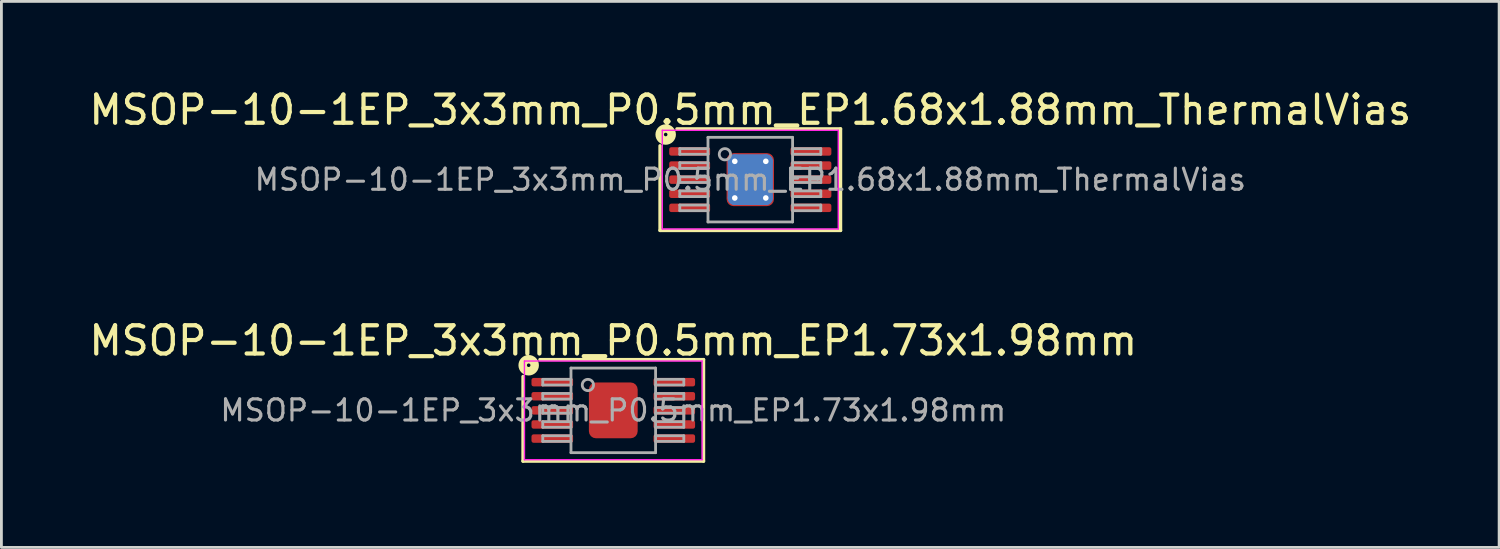
<source format=kicad_pcb>
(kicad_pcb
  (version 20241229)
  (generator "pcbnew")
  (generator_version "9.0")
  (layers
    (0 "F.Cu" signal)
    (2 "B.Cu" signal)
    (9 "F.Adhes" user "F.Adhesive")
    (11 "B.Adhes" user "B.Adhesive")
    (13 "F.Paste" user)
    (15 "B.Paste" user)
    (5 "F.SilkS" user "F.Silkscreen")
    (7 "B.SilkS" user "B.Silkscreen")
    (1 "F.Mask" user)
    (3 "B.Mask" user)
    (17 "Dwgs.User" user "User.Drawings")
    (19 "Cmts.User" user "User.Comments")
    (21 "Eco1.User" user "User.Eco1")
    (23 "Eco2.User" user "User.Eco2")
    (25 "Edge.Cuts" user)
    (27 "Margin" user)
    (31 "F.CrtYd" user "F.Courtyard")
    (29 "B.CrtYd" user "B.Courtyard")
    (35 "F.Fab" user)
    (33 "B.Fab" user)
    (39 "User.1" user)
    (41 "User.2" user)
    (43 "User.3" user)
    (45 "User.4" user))
  (footprint "MSOP-10-1EP_3x3mm_P0.5mm_EP1.73x1.98mm"
    (layer "F.Cu")
    (at 18.696 11.501)
    (property "Reference" "MSOP-10-1EP_3x3mm_P0.5mm_EP1.73x1.98mm" (at 0 -2.472 0) (layer "F.SilkS") (effects (font (size 1 1) (thickness 0.15))))
    (attr smd)
    (fp_line (start -3.2 1.8) (end -3.2 -1.2) (stroke (width 0.12) (type solid)) (layer "F.SilkS"))
    (fp_line (start -2.6 -1.8) (end 3.2 -1.8) (stroke (width 0.12) (type solid)) (layer "F.SilkS"))
    (fp_line (start 3.2 -1.8) (end 3.2 1.8) (stroke (width 0.12) (type solid)) (layer "F.SilkS"))
    (fp_line (start 3.2 1.8) (end -3.2 1.8) (stroke (width 0.12) (type solid)) (layer "F.SilkS"))
    (fp_circle (center -3 -1.6) (end -2.937 -1.6) (stroke (width 0.3) (type solid)) (fill no) (layer "F.SilkS"))
    (fp_line (start -3.15 -1.75) (end -3.15 1.75) (stroke (width 0.05) (type solid)) (layer "F.CrtYd"))
    (fp_line (start -3.15 1.75) (end 3.15 1.75) (stroke (width 0.05) (type solid)) (layer "F.CrtYd"))
    (fp_line (start 3.15 -1.75) (end -3.15 -1.75) (stroke (width 0.05) (type solid)) (layer "F.CrtYd"))
    (fp_line (start 3.15 1.75) (end 3.15 -1.75) (stroke (width 0.05) (type solid)) (layer "F.CrtYd"))
    (fp_line (start -2.5 -1.1) (end -2.5 -0.9) (stroke (width 0.1) (type solid)) (layer "F.Fab"))
    (fp_line (start -2.5 -1.1) (end -1.5 -1.1) (stroke (width 0.1) (type solid)) (layer "F.Fab"))
    (fp_line (start -2.5 -0.9) (end -1.5 -0.9) (stroke (width 0.1) (type solid)) (layer "F.Fab"))
    (fp_line (start -2.5 -0.6) (end -2.5 -0.4) (stroke (width 0.1) (type solid)) (layer "F.Fab"))
    (fp_line (start -2.5 -0.6) (end -1.5 -0.6) (stroke (width 0.1) (type solid)) (layer "F.Fab"))
    (fp_line (start -2.5 -0.4) (end -1.5 -0.4) (stroke (width 0.1) (type solid)) (layer "F.Fab"))
    (fp_line (start -2.5 -0.1) (end -2.5 0.1) (stroke (width 0.1) (type solid)) (layer "F.Fab"))
    (fp_line (start -2.5 -0.1) (end -1.5 -0.1) (stroke (width 0.1) (type solid)) (layer "F.Fab"))
    (fp_line (start -2.5 0.1) (end -1.5 0.1) (stroke (width 0.1) (type solid)) (layer "F.Fab"))
    (fp_line (start -2.5 0.4) (end -2.5 0.6) (stroke (width 0.1) (type solid)) (layer "F.Fab"))
    (fp_line (start -2.5 0.4) (end -1.5 0.4) (stroke (width 0.1) (type solid)) (layer "F.Fab"))
    (fp_line (start -2.5 0.6) (end -1.5 0.6) (stroke (width 0.1) (type solid)) (layer "F.Fab"))
    (fp_line (start -2.5 0.9) (end -2.5 1.1) (stroke (width 0.1) (type solid)) (layer "F.Fab"))
    (fp_line (start -2.5 0.9) (end -1.5 0.9) (stroke (width 0.1) (type solid)) (layer "F.Fab"))
    (fp_line (start -2.5 1.1) (end -1.5 1.1) (stroke (width 0.1) (type solid)) (layer "F.Fab"))
    (fp_line (start -1.5 -1.5) (end 1.5 -1.5) (stroke (width 0.1) (type solid)) (layer "F.Fab"))
    (fp_line (start -1.5 1.5) (end -1.5 -1.5) (stroke (width 0.1) (type solid)) (layer "F.Fab"))
    (fp_line (start 1.5 -1.5) (end 1.5 1.5) (stroke (width 0.1) (type solid)) (layer "F.Fab"))
    (fp_line (start 1.5 1.5) (end -1.5 1.5) (stroke (width 0.1) (type solid)) (layer "F.Fab"))
    (fp_line (start 2.5 -1.1) (end 1.5 -1.1) (stroke (width 0.1) (type solid)) (layer "F.Fab"))
    (fp_line (start 2.5 -0.9) (end 1.5 -0.9) (stroke (width 0.1) (type solid)) (layer "F.Fab"))
    (fp_line (start 2.5 -0.9) (end 2.5 -1.1) (stroke (width 0.1) (type solid)) (layer "F.Fab"))
    (fp_line (start 2.5 -0.6) (end 1.5 -0.6) (stroke (width 0.1) (type solid)) (layer "F.Fab"))
    (fp_line (start 2.5 -0.4) (end 1.5 -0.4) (stroke (width 0.1) (type solid)) (layer "F.Fab"))
    (fp_line (start 2.5 -0.4) (end 2.5 -0.6) (stroke (width 0.1) (type solid)) (layer "F.Fab"))
    (fp_line (start 2.5 -0.1) (end 1.5 -0.1) (stroke (width 0.1) (type solid)) (layer "F.Fab"))
    (fp_line (start 2.5 0.1) (end 1.5 0.1) (stroke (width 0.1) (type solid)) (layer "F.Fab"))
    (fp_line (start 2.5 0.1) (end 2.5 -0.1) (stroke (width 0.1) (type solid)) (layer "F.Fab"))
    (fp_line (start 2.5 0.4) (end 1.5 0.4) (stroke (width 0.1) (type solid)) (layer "F.Fab"))
    (fp_line (start 2.5 0.6) (end 1.5 0.6) (stroke (width 0.1) (type solid)) (layer "F.Fab"))
    (fp_line (start 2.5 0.6) (end 2.5 0.4) (stroke (width 0.1) (type solid)) (layer "F.Fab"))
    (fp_line (start 2.5 0.9) (end 1.5 0.9) (stroke (width 0.1) (type solid)) (layer "F.Fab"))
    (fp_line (start 2.5 1.1) (end 1.5 1.1) (stroke (width 0.1) (type solid)) (layer "F.Fab"))
    (fp_line (start 2.5 1.1) (end 2.5 0.9) (stroke (width 0.1) (type solid)) (layer "F.Fab"))
    (fp_circle (center -0.9 -0.9) (end -0.7 -0.9) (stroke (width 0.1) (type solid)) (fill no) (layer "F.Fab"))
    (fp_text user "${REFERENCE}" (at 0 0 0) (layer "F.Fab") (effects (font (size 0.75 0.75) (thickness 0.11))))
    (pad "" smd roundrect (at -0.43 -0.495) (size 0.7 0.8) (layers "F.Paste") (roundrect_rratio 0.25))
    (pad "" smd roundrect (at -0.43 0.495) (size 0.7 0.8) (layers "F.Paste") (roundrect_rratio 0.25))
    (pad "" smd roundrect (at 0.43 -0.495) (size 0.7 0.8) (layers "F.Paste") (roundrect_rratio 0.25))
    (pad "" smd roundrect (at 0.43 0.495) (size 0.7 0.8) (layers "F.Paste") (roundrect_rratio 0.25))
    (pad "1" smd roundrect (at -2.163 -1) (size 1.475 0.3) (layers "F.Cu" "F.Mask" "F.Paste") (roundrect_rratio 0.25))
    (pad "2" smd roundrect (at -2.163 -0.5) (size 1.475 0.3) (layers "F.Cu" "F.Mask" "F.Paste") (roundrect_rratio 0.25))
    (pad "3" smd roundrect (at -2.163 0) (size 1.475 0.3) (layers "F.Cu" "F.Mask" "F.Paste") (roundrect_rratio 0.25))
    (pad "4" smd roundrect (at -2.163 0.5) (size 1.475 0.3) (layers "F.Cu" "F.Mask" "F.Paste") (roundrect_rratio 0.25))
    (pad "5" smd roundrect (at -2.163 1) (size 1.475 0.3) (layers "F.Cu" "F.Mask" "F.Paste") (roundrect_rratio 0.25))
    (pad "6" smd roundrect (at 2.163 1) (size 1.475 0.3) (layers "F.Cu" "F.Mask" "F.Paste") (roundrect_rratio 0.25))
    (pad "7" smd roundrect (at 2.163 0.5) (size 1.475 0.3) (layers "F.Cu" "F.Mask" "F.Paste") (roundrect_rratio 0.25))
    (pad "8" smd roundrect (at 2.163 0) (size 1.475 0.3) (layers "F.Cu" "F.Mask" "F.Paste") (roundrect_rratio 0.25))
    (pad "9" smd roundrect (at 2.163 -0.5) (size 1.475 0.3) (layers "F.Cu" "F.Mask" "F.Paste") (roundrect_rratio 0.25))
    (pad "10" smd roundrect (at 2.163 -1) (size 1.475 0.3) (layers "F.Cu" "F.Mask" "F.Paste") (roundrect_rratio 0.25))
    (pad "11" smd roundrect (at 0 0) (size 1.73 1.98) (layers "F.Cu" "F.Mask") (roundrect_rratio 0.145)))
  (footprint "MSOP-10-1EP_3x3mm_P0.5mm_EP1.68x1.88mm_ThermalVias"
    (layer "F.Cu")
    (at 23.554 3.32)
    (property "Reference" "MSOP-10-1EP_3x3mm_P0.5mm_EP1.68x1.88mm_ThermalVias" (at 0 -2.472 0) (layer "F.SilkS") (effects (font (size 1 1) (thickness 0.15))))
    (attr smd)
    (fp_line (start -3.2 1.8) (end -3.2 -1.2) (stroke (width 0.12) (type solid)) (layer "F.SilkS"))
    (fp_line (start -2.6 -1.8) (end 3.2 -1.8) (stroke (width 0.12) (type solid)) (layer "F.SilkS"))
    (fp_line (start 3.2 -1.8) (end 3.2 1.8) (stroke (width 0.12) (type solid)) (layer "F.SilkS"))
    (fp_line (start 3.2 1.8) (end -3.2 1.8) (stroke (width 0.12) (type solid)) (layer "F.SilkS"))
    (fp_circle (center -3 -1.6) (end -2.937 -1.6) (stroke (width 0.3) (type solid)) (fill no) (layer "F.SilkS"))
    (fp_line (start -3.12 -1.75) (end -3.12 1.75) (stroke (width 0.05) (type solid)) (layer "F.CrtYd"))
    (fp_line (start -3.12 1.75) (end 3.12 1.75) (stroke (width 0.05) (type solid)) (layer "F.CrtYd"))
    (fp_line (start 3.12 -1.75) (end -3.12 -1.75) (stroke (width 0.05) (type solid)) (layer "F.CrtYd"))
    (fp_line (start 3.12 1.75) (end 3.12 -1.75) (stroke (width 0.05) (type solid)) (layer "F.CrtYd"))
    (fp_line (start -2.5 -1.1) (end -2.5 -0.9) (stroke (width 0.1) (type solid)) (layer "F.Fab"))
    (fp_line (start -2.5 -1.1) (end -1.5 -1.1) (stroke (width 0.1) (type solid)) (layer "F.Fab"))
    (fp_line (start -2.5 -0.9) (end -1.5 -0.9) (stroke (width 0.1) (type solid)) (layer "F.Fab"))
    (fp_line (start -2.5 -0.6) (end -2.5 -0.4) (stroke (width 0.1) (type solid)) (layer "F.Fab"))
    (fp_line (start -2.5 -0.6) (end -1.5 -0.6) (stroke (width 0.1) (type solid)) (layer "F.Fab"))
    (fp_line (start -2.5 -0.4) (end -1.5 -0.4) (stroke (width 0.1) (type solid)) (layer "F.Fab"))
    (fp_line (start -2.5 -0.1) (end -2.5 0.1) (stroke (width 0.1) (type solid)) (layer "F.Fab"))
    (fp_line (start -2.5 -0.1) (end -1.5 -0.1) (stroke (width 0.1) (type solid)) (layer "F.Fab"))
    (fp_line (start -2.5 0.1) (end -1.5 0.1) (stroke (width 0.1) (type solid)) (layer "F.Fab"))
    (fp_line (start -2.5 0.4) (end -2.5 0.6) (stroke (width 0.1) (type solid)) (layer "F.Fab"))
    (fp_line (start -2.5 0.4) (end -1.5 0.4) (stroke (width 0.1) (type solid)) (layer "F.Fab"))
    (fp_line (start -2.5 0.6) (end -1.5 0.6) (stroke (width 0.1) (type solid)) (layer "F.Fab"))
    (fp_line (start -2.5 0.9) (end -2.5 1.1) (stroke (width 0.1) (type solid)) (layer "F.Fab"))
    (fp_line (start -2.5 0.9) (end -1.5 0.9) (stroke (width 0.1) (type solid)) (layer "F.Fab"))
    (fp_line (start -2.5 1.1) (end -1.5 1.1) (stroke (width 0.1) (type solid)) (layer "F.Fab"))
    (fp_line (start -1.5 -1.5) (end 1.5 -1.5) (stroke (width 0.1) (type solid)) (layer "F.Fab"))
    (fp_line (start -1.5 1.5) (end -1.5 -1.5) (stroke (width 0.1) (type solid)) (layer "F.Fab"))
    (fp_line (start 1.5 -1.5) (end 1.5 1.5) (stroke (width 0.1) (type solid)) (layer "F.Fab"))
    (fp_line (start 1.5 1.5) (end -1.5 1.5) (stroke (width 0.1) (type solid)) (layer "F.Fab"))
    (fp_line (start 2.5 -1.1) (end 1.5 -1.1) (stroke (width 0.1) (type solid)) (layer "F.Fab"))
    (fp_line (start 2.5 -0.9) (end 1.5 -0.9) (stroke (width 0.1) (type solid)) (layer "F.Fab"))
    (fp_line (start 2.5 -0.9) (end 2.5 -1.1) (stroke (width 0.1) (type solid)) (layer "F.Fab"))
    (fp_line (start 2.5 -0.6) (end 1.5 -0.6) (stroke (width 0.1) (type solid)) (layer "F.Fab"))
    (fp_line (start 2.5 -0.4) (end 1.5 -0.4) (stroke (width 0.1) (type solid)) (layer "F.Fab"))
    (fp_line (start 2.5 -0.4) (end 2.5 -0.6) (stroke (width 0.1) (type solid)) (layer "F.Fab"))
    (fp_line (start 2.5 -0.1) (end 1.5 -0.1) (stroke (width 0.1) (type solid)) (layer "F.Fab"))
    (fp_line (start 2.5 0.1) (end 1.5 0.1) (stroke (width 0.1) (type solid)) (layer "F.Fab"))
    (fp_line (start 2.5 0.1) (end 2.5 -0.1) (stroke (width 0.1) (type solid)) (layer "F.Fab"))
    (fp_line (start 2.5 0.4) (end 1.5 0.4) (stroke (width 0.1) (type solid)) (layer "F.Fab"))
    (fp_line (start 2.5 0.6) (end 1.5 0.6) (stroke (width 0.1) (type solid)) (layer "F.Fab"))
    (fp_line (start 2.5 0.6) (end 2.5 0.4) (stroke (width 0.1) (type solid)) (layer "F.Fab"))
    (fp_line (start 2.5 0.9) (end 1.5 0.9) (stroke (width 0.1) (type solid)) (layer "F.Fab"))
    (fp_line (start 2.5 1.1) (end 1.5 1.1) (stroke (width 0.1) (type solid)) (layer "F.Fab"))
    (fp_line (start 2.5 1.1) (end 2.5 0.9) (stroke (width 0.1) (type solid)) (layer "F.Fab"))
    (fp_circle (center -0.9 -0.9) (end -0.7 -0.9) (stroke (width 0.1) (type solid)) (fill no) (layer "F.Fab"))
    (fp_text user "${REFERENCE}" (at 0 0 0) (layer "F.Fab") (effects (font (size 0.75 0.75) (thickness 0.11))))
    (pad "" smd roundrect (at -0.42 -0.47) (size 0.7 0.79) (layers "F.Paste") (roundrect_rratio 0.25))
    (pad "" smd roundrect (at -0.42 0.47) (size 0.7 0.79) (layers "F.Paste") (roundrect_rratio 0.25))
    (pad "" smd roundrect (at 0.42 -0.47) (size 0.7 0.79) (layers "F.Paste") (roundrect_rratio 0.25))
    (pad "" smd roundrect (at 0.42 0.47) (size 0.7 0.79) (layers "F.Paste") (roundrect_rratio 0.25))
    (pad "1" smd roundrect (at -2.15 -1) (size 1.45 0.3) (layers "F.Cu" "F.Mask" "F.Paste") (roundrect_rratio 0.25))
    (pad "2" smd roundrect (at -2.15 -0.5) (size 1.45 0.3) (layers "F.Cu" "F.Mask" "F.Paste") (roundrect_rratio 0.25))
    (pad "3" smd roundrect (at -2.15 0) (size 1.45 0.3) (layers "F.Cu" "F.Mask" "F.Paste") (roundrect_rratio 0.25))
    (pad "4" smd roundrect (at -2.15 0.5) (size 1.45 0.3) (layers "F.Cu" "F.Mask" "F.Paste") (roundrect_rratio 0.25))
    (pad "5" smd roundrect (at -2.15 1) (size 1.45 0.3) (layers "F.Cu" "F.Mask" "F.Paste") (roundrect_rratio 0.25))
    (pad "6" smd roundrect (at 2.15 1) (size 1.45 0.3) (layers "F.Cu" "F.Mask" "F.Paste") (roundrect_rratio 0.25))
    (pad "7" smd roundrect (at 2.15 0.5) (size 1.45 0.3) (layers "F.Cu" "F.Mask" "F.Paste") (roundrect_rratio 0.25))
    (pad "8" smd roundrect (at 2.15 0) (size 1.45 0.3) (layers "F.Cu" "F.Mask" "F.Paste") (roundrect_rratio 0.25))
    (pad "9" smd roundrect (at 2.15 -0.5) (size 1.45 0.3) (layers "F.Cu" "F.Mask" "F.Paste") (roundrect_rratio 0.25))
    (pad "10" smd roundrect (at 2.15 -1) (size 1.45 0.3) (layers "F.Cu" "F.Mask" "F.Paste") (roundrect_rratio 0.25))
    (pad "11" thru_hole circle (at -0.55 -0.65) (size 0.5 0.5) (drill 0.2) (property pad_prop_heatsink) (layers "*.Cu"))
    (pad "11" thru_hole circle (at -0.55 0.65) (size 0.5 0.5) (drill 0.2) (property pad_prop_heatsink) (layers "*.Cu"))
    (pad "11" smd roundrect (at 0 0) (size 1.6 1.8) (layers "B.Cu" "B.Mask") (roundrect_rratio 0.156))
    (pad "11" smd roundrect (at 0 0) (size 1.68 1.88) (layers "F.Cu" "F.Mask") (roundrect_rratio 0.149))
    (pad "11" thru_hole circle (at 0.55 -0.65) (size 0.5 0.5) (drill 0.2) (property pad_prop_heatsink) (layers "*.Cu"))
    (pad "11" thru_hole circle (at 0.55 0.65) (size 0.5 0.5) (drill 0.2) (property pad_prop_heatsink) (layers "*.Cu")))
  (gr_rect
    (start -3 -3)
    (end 50.107 16.36)
    (stroke (width 0.1) (type default))
    (fill no)
    (layer "Edge.Cuts")))
</source>
